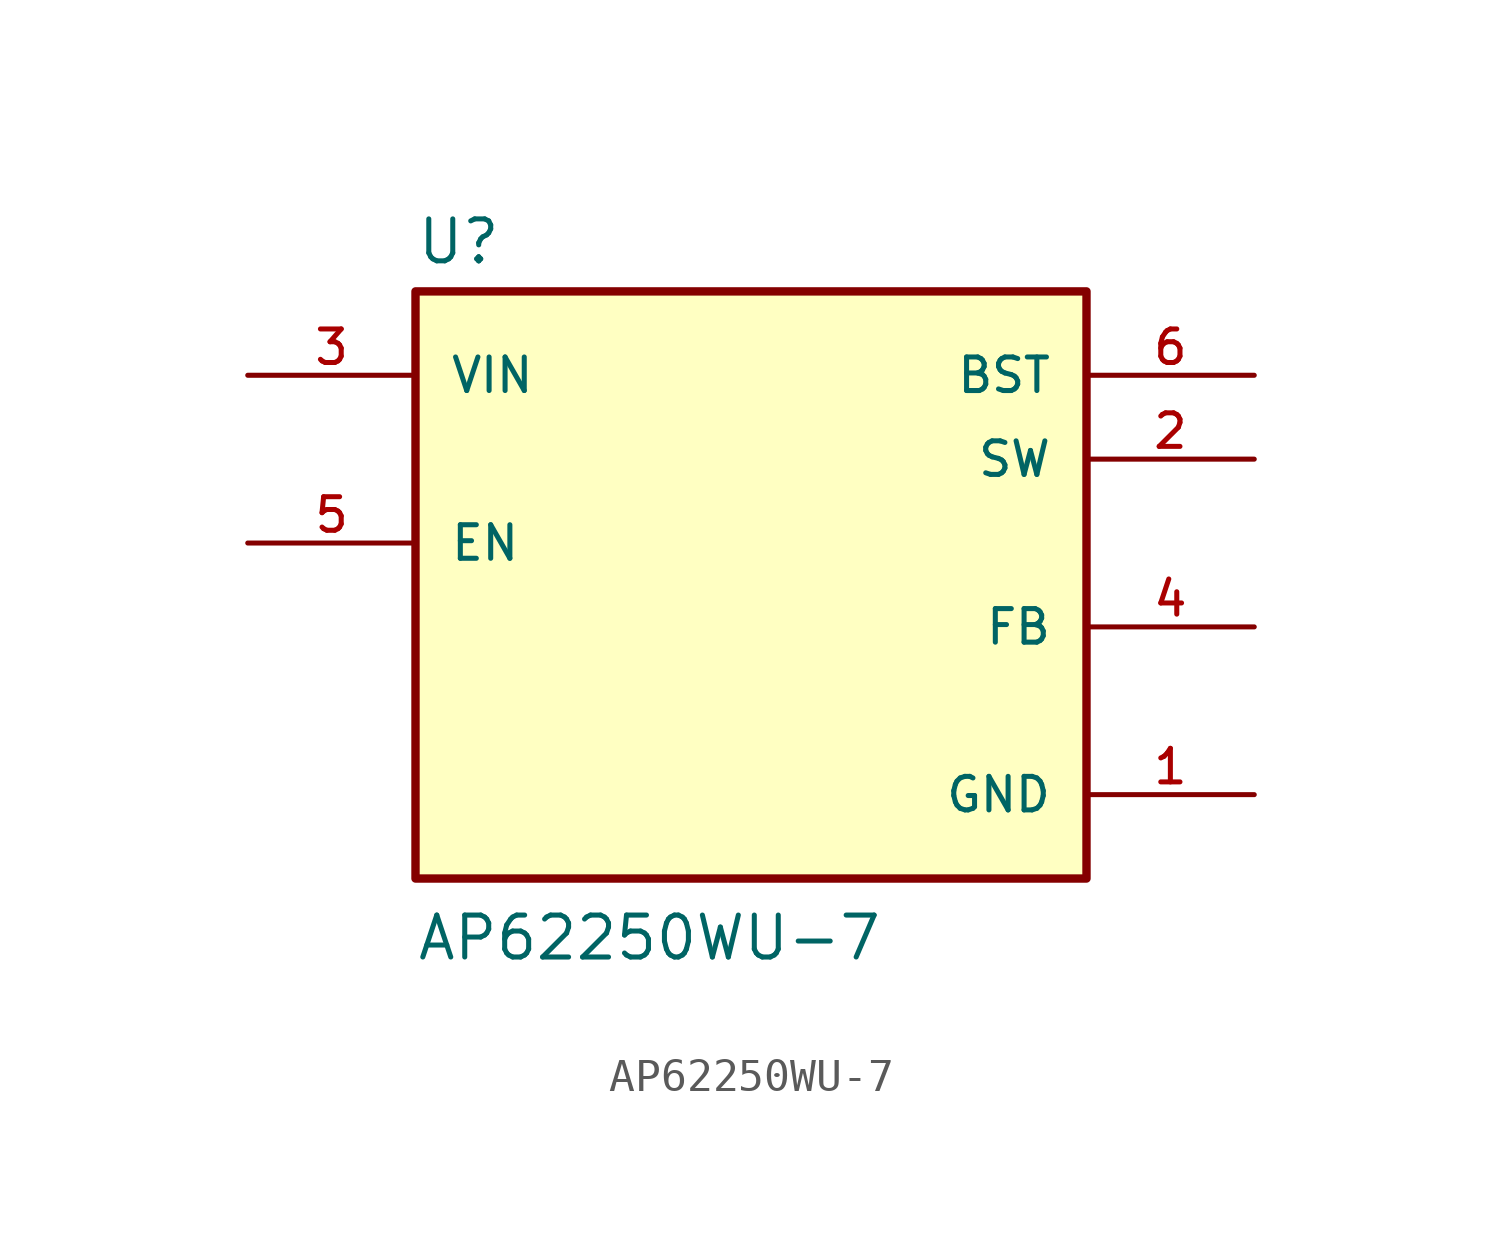
<source format=kicad_sym>
(kicad_symbol_lib
  (version 20211014)
  (generator kicad_symbol_editor)
  (symbol "AP62250WU-7"
    (pin_names
      (offset 1.016))
    (property "Reference" "U"
      (at -10.16 8.382 0)
      (effects (font (size 1.27 1.27)) (justify bottom left)))
    (property "Value" "AP62250WU-7"
      (at -10.16 -12.7 0)
      (effects (font (size 1.27 1.27)) (justify bottom left)))
    (symbol "AP62250WU-7_0_0"
      (rectangle (start -10.16 -10.16) (end 10.16 7.62) (stroke (width 0.254)) (fill (type background)))
      (pin input line (at -15.24 5.08 0) (length 5.08) (name "VIN" (effects (font (size 1.016 1.016)))) (number "3" (effects (font (size 1.016 1.016)))))
      (pin output line (at 15.24 2.54 180.0) (length 5.08) (name "SW" (effects (font (size 1.016 1.016)))) (number "2" (effects (font (size 1.016 1.016)))))
      (pin power_in line (at 15.24 -7.62 180.0) (length 5.08) (name "GND" (effects (font (size 1.016 1.016)))) (number "1" (effects (font (size 1.016 1.016)))))
      (pin input line (at 15.24 5.08 180.0) (length 5.08) (name "BST" (effects (font (size 1.016 1.016)))) (number "6" (effects (font (size 1.016 1.016)))))
      (pin input line (at -15.24 0.0 0) (length 5.08) (name "EN" (effects (font (size 1.016 1.016)))) (number "5" (effects (font (size 1.016 1.016)))))
      (pin passive line (at 15.24 -2.54 180.0) (length 5.08) (name "FB" (effects (font (size 1.016 1.016)))) (number "4" (effects (font (size 1.016 1.016))))))))
</source>
